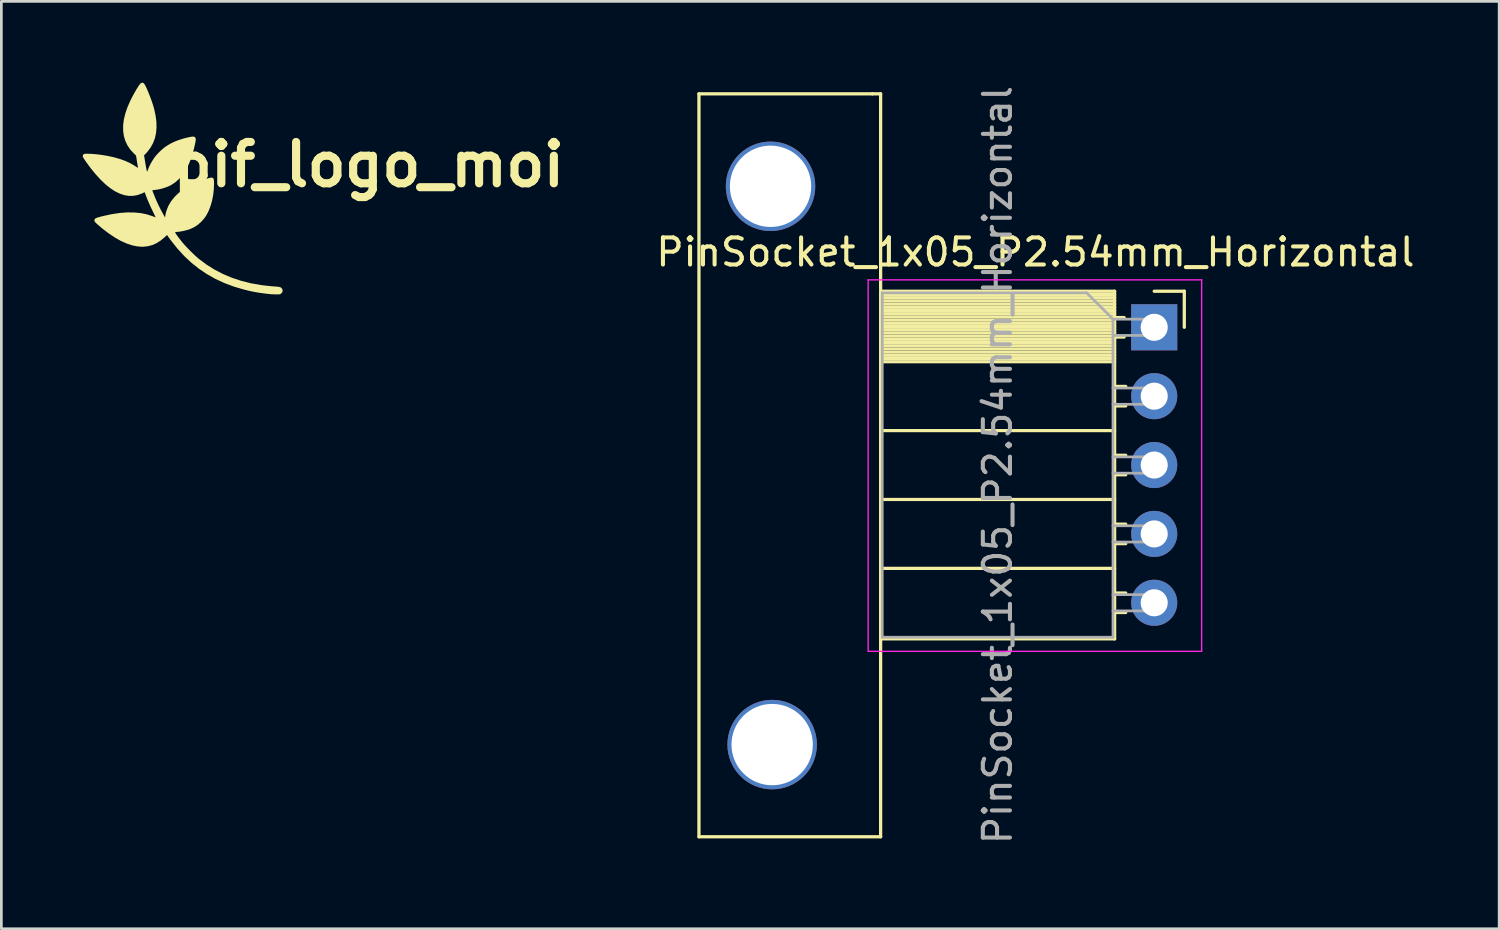
<source format=kicad_pcb>
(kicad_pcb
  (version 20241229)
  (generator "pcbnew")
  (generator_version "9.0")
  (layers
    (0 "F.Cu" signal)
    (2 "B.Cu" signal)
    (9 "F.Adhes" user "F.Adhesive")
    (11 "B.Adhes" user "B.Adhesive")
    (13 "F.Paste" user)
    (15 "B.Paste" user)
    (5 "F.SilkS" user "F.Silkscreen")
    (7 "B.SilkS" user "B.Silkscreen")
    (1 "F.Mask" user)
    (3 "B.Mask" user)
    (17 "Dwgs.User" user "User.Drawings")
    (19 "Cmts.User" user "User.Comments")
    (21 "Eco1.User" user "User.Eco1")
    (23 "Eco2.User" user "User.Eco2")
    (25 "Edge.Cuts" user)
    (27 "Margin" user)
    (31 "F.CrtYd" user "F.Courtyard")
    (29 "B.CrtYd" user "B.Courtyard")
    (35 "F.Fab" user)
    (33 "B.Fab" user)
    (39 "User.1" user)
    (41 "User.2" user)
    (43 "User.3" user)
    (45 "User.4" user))
  (footprint "PinSocket_1x05_P2.54mm_Horizontal"
    (layer "F.Cu")
    (at 39.518 9.021)
    (property "Reference" "PinSocket_1x05_P2.54mm_Horizontal" (at -4.38 -2.77 0) (layer "F.SilkS") (effects (font (size 1 1) (thickness 0.15))))
    (attr through_hole)
    (fp_line (start -16.79 -8.61) (end -10.39 -8.61) (stroke (width 0.12) (type solid)) (layer "F.SilkS"))
    (fp_line (start -16.79 18.79) (end -16.79 -8.61) (stroke (width 0.12) (type solid)) (layer "F.SilkS"))
    (fp_line (start -10.39 -8.61) (end -10.09 -8.61) (stroke (width 0.12) (type solid)) (layer "F.SilkS"))
    (fp_line (start -10.09 -8.61) (end -10.09 -1.41) (stroke (width 0.12) (type solid)) (layer "F.SilkS"))
    (fp_line (start -10.09 -1.33) (end -10.09 11.49) (stroke (width 0.12) (type solid)) (layer "F.SilkS"))
    (fp_line (start -10.09 -1.33) (end -1.46 -1.33) (stroke (width 0.12) (type solid)) (layer "F.SilkS"))
    (fp_line (start -10.09 -1.21) (end -1.46 -1.21) (stroke (width 0.12) (type solid)) (layer "F.SilkS"))
    (fp_line (start -10.09 -1.092) (end -1.46 -1.092) (stroke (width 0.12) (type solid)) (layer "F.SilkS"))
    (fp_line (start -10.09 -0.974) (end -1.46 -0.974) (stroke (width 0.12) (type solid)) (layer "F.SilkS"))
    (fp_line (start -10.09 -0.856) (end -1.46 -0.856) (stroke (width 0.12) (type solid)) (layer "F.SilkS"))
    (fp_line (start -10.09 -0.738) (end -1.46 -0.738) (stroke (width 0.12) (type solid)) (layer "F.SilkS"))
    (fp_line (start -10.09 -0.62) (end -1.46 -0.62) (stroke (width 0.12) (type solid)) (layer "F.SilkS"))
    (fp_line (start -10.09 -0.501) (end -1.46 -0.501) (stroke (width 0.12) (type solid)) (layer "F.SilkS"))
    (fp_line (start -10.09 -0.383) (end -1.46 -0.383) (stroke (width 0.12) (type solid)) (layer "F.SilkS"))
    (fp_line (start -10.09 -0.265) (end -1.46 -0.265) (stroke (width 0.12) (type solid)) (layer "F.SilkS"))
    (fp_line (start -10.09 -0.147) (end -1.46 -0.147) (stroke (width 0.12) (type solid)) (layer "F.SilkS"))
    (fp_line (start -10.09 -0.029) (end -1.46 -0.029) (stroke (width 0.12) (type solid)) (layer "F.SilkS"))
    (fp_line (start -10.09 0.089) (end -1.46 0.089) (stroke (width 0.12) (type solid)) (layer "F.SilkS"))
    (fp_line (start -10.09 0.207) (end -1.46 0.207) (stroke (width 0.12) (type solid)) (layer "F.SilkS"))
    (fp_line (start -10.09 0.325) (end -1.46 0.325) (stroke (width 0.12) (type solid)) (layer "F.SilkS"))
    (fp_line (start -10.09 0.443) (end -1.46 0.443) (stroke (width 0.12) (type solid)) (layer "F.SilkS"))
    (fp_line (start -10.09 0.561) (end -1.46 0.561) (stroke (width 0.12) (type solid)) (layer "F.SilkS"))
    (fp_line (start -10.09 0.68) (end -1.46 0.68) (stroke (width 0.12) (type solid)) (layer "F.SilkS"))
    (fp_line (start -10.09 0.798) (end -1.46 0.798) (stroke (width 0.12) (type solid)) (layer "F.SilkS"))
    (fp_line (start -10.09 0.916) (end -1.46 0.916) (stroke (width 0.12) (type solid)) (layer "F.SilkS"))
    (fp_line (start -10.09 1.034) (end -1.46 1.034) (stroke (width 0.12) (type solid)) (layer "F.SilkS"))
    (fp_line (start -10.09 1.152) (end -1.46 1.152) (stroke (width 0.12) (type solid)) (layer "F.SilkS"))
    (fp_line (start -10.09 1.27) (end -1.46 1.27) (stroke (width 0.12) (type solid)) (layer "F.SilkS"))
    (fp_line (start -10.09 3.81) (end -1.46 3.81) (stroke (width 0.12) (type solid)) (layer "F.SilkS"))
    (fp_line (start -10.09 6.35) (end -1.46 6.35) (stroke (width 0.12) (type solid)) (layer "F.SilkS"))
    (fp_line (start -10.09 8.89) (end -1.46 8.89) (stroke (width 0.12) (type solid)) (layer "F.SilkS"))
    (fp_line (start -10.09 11.39) (end -10.09 18.79) (stroke (width 0.12) (type solid)) (layer "F.SilkS"))
    (fp_line (start -10.09 11.49) (end -1.46 11.49) (stroke (width 0.12) (type solid)) (layer "F.SilkS"))
    (fp_line (start -10.09 18.79) (end -16.79 18.79) (stroke (width 0.12) (type solid)) (layer "F.SilkS"))
    (fp_line (start -1.46 -1.33) (end -1.46 11.49) (stroke (width 0.12) (type solid)) (layer "F.SilkS"))
    (fp_line (start -1.46 -0.36) (end -1.11 -0.36) (stroke (width 0.12) (type solid)) (layer "F.SilkS"))
    (fp_line (start -1.46 0.36) (end -1.11 0.36) (stroke (width 0.12) (type solid)) (layer "F.SilkS"))
    (fp_line (start -1.46 2.18) (end -1.05 2.18) (stroke (width 0.12) (type solid)) (layer "F.SilkS"))
    (fp_line (start -1.46 2.9) (end -1.05 2.9) (stroke (width 0.12) (type solid)) (layer "F.SilkS"))
    (fp_line (start -1.46 4.72) (end -1.05 4.72) (stroke (width 0.12) (type solid)) (layer "F.SilkS"))
    (fp_line (start -1.46 5.44) (end -1.05 5.44) (stroke (width 0.12) (type solid)) (layer "F.SilkS"))
    (fp_line (start -1.46 7.26) (end -1.05 7.26) (stroke (width 0.12) (type solid)) (layer "F.SilkS"))
    (fp_line (start -1.46 7.98) (end -1.05 7.98) (stroke (width 0.12) (type solid)) (layer "F.SilkS"))
    (fp_line (start -1.46 9.8) (end -1.05 9.8) (stroke (width 0.12) (type solid)) (layer "F.SilkS"))
    (fp_line (start -1.46 10.52) (end -1.05 10.52) (stroke (width 0.12) (type solid)) (layer "F.SilkS"))
    (fp_line (start 0 -1.33) (end 1.11 -1.33) (stroke (width 0.12) (type solid)) (layer "F.SilkS"))
    (fp_line (start 1.11 -1.33) (end 1.11 0) (stroke (width 0.12) (type solid)) (layer "F.SilkS"))
    (fp_line (start -10.55 -1.75) (end -10.55 11.95) (stroke (width 0.05) (type solid)) (layer "F.CrtYd"))
    (fp_line (start -10.55 11.95) (end 1.75 11.95) (stroke (width 0.05) (type solid)) (layer "F.CrtYd"))
    (fp_line (start 1.75 -1.75) (end -10.55 -1.75) (stroke (width 0.05) (type solid)) (layer "F.CrtYd"))
    (fp_line (start 1.75 11.95) (end 1.75 -1.75) (stroke (width 0.05) (type solid)) (layer "F.CrtYd"))
    (fp_line (start -10.03 -1.27) (end -2.49 -1.27) (stroke (width 0.1) (type solid)) (layer "F.Fab"))
    (fp_line (start -10.03 11.43) (end -10.03 -1.27) (stroke (width 0.1) (type solid)) (layer "F.Fab"))
    (fp_line (start -2.49 -1.27) (end -1.52 -0.3) (stroke (width 0.1) (type solid)) (layer "F.Fab"))
    (fp_line (start -1.52 -0.3) (end -1.52 11.43) (stroke (width 0.1) (type solid)) (layer "F.Fab"))
    (fp_line (start -1.52 0.3) (end 0 0.3) (stroke (width 0.1) (type solid)) (layer "F.Fab"))
    (fp_line (start -1.52 2.84) (end 0 2.84) (stroke (width 0.1) (type solid)) (layer "F.Fab"))
    (fp_line (start -1.52 5.38) (end 0 5.38) (stroke (width 0.1) (type solid)) (layer "F.Fab"))
    (fp_line (start -1.52 7.92) (end 0 7.92) (stroke (width 0.1) (type solid)) (layer "F.Fab"))
    (fp_line (start -1.52 10.46) (end 0 10.46) (stroke (width 0.1) (type solid)) (layer "F.Fab"))
    (fp_line (start -1.52 11.43) (end -10.03 11.43) (stroke (width 0.1) (type solid)) (layer "F.Fab"))
    (fp_line (start 0 -0.3) (end -1.52 -0.3) (stroke (width 0.1) (type solid)) (layer "F.Fab"))
    (fp_line (start 0 0.3) (end 0 -0.3) (stroke (width 0.1) (type solid)) (layer "F.Fab"))
    (fp_line (start 0 2.24) (end -1.52 2.24) (stroke (width 0.1) (type solid)) (layer "F.Fab"))
    (fp_line (start 0 2.84) (end 0 2.24) (stroke (width 0.1) (type solid)) (layer "F.Fab"))
    (fp_line (start 0 4.78) (end -1.52 4.78) (stroke (width 0.1) (type solid)) (layer "F.Fab"))
    (fp_line (start 0 5.38) (end 0 4.78) (stroke (width 0.1) (type solid)) (layer "F.Fab"))
    (fp_line (start 0 7.32) (end -1.52 7.32) (stroke (width 0.1) (type solid)) (layer "F.Fab"))
    (fp_line (start 0 7.92) (end 0 7.32) (stroke (width 0.1) (type solid)) (layer "F.Fab"))
    (fp_line (start 0 9.86) (end -1.52 9.86) (stroke (width 0.1) (type solid)) (layer "F.Fab"))
    (fp_line (start 0 10.46) (end 0 9.86) (stroke (width 0.1) (type solid)) (layer "F.Fab"))
    (fp_text user "${REFERENCE}" (at -5.775 5.08 270) (layer "F.Fab") (effects (font (size 1 1) (thickness 0.15))))
    (pad "1" thru_hole rect (at 0 0) (size 1.7 1.7) (drill 1) (layers "*.Cu" "*.Mask"))
    (pad "2" thru_hole oval (at 0 2.54) (size 1.7 1.7) (drill 1) (layers "*.Cu" "*.Mask"))
    (pad "3" thru_hole oval (at 0 5.08) (size 1.7 1.7) (drill 1) (layers "*.Cu" "*.Mask"))
    (pad "4" thru_hole oval (at 0 7.62) (size 1.7 1.7) (drill 1) (layers "*.Cu" "*.Mask"))
    (pad "5" thru_hole oval (at 0 10.16) (size 1.7 1.7) (drill 1) (layers "*.Cu" "*.Mask"))
    (pad "6" thru_hole circle (at -14.15 -5.2) (size 3.3 3.3) (drill 3) (layers "*.Cu" "*.Mask"))
    (pad "7" thru_hole circle (at -14.09 15.39) (size 3.3 3.3) (drill 3) (layers "*.Cu" "*.Mask")))
  (footprint "pif_logo_moi"
    (layer "F.Cu")
    (at 3.575 4.22)
    (property "Reference" "pif_logo_moi" (at 6.98 -1.2 0) (layer "F.SilkS") (effects (font (size 1.524 1.524) (thickness 0.3))))
    (attr through_hole)
    (fp_poly (pts (xy -1.32 -4.196) (xy -1.319 -4.194) (xy -1.294 -4.162) (xy -1.262 -4.106) (xy -1.225 -4.031) (xy -1.185 -3.94) (xy -1.142 -3.838) (xy -1.098 -3.728) (xy -1.056 -3.614) (xy -1.016 -3.502) (xy -0.981 -3.394) (xy -0.951 -3.294) (xy -0.944 -3.268) (xy -0.889 -3.02) (xy -0.858 -2.786) (xy -0.852 -2.568) (xy -0.87 -2.363) (xy -0.912 -2.171) (xy -0.98 -1.992) (xy -1.072 -1.826) (xy -1.189 -1.671) (xy -1.245 -1.61) (xy -1.312 -1.54) (xy -1.275 -1.314) (xy -1.261 -1.229) (xy -1.247 -1.148) (xy -1.233 -1.077) (xy -1.223 -1.025) (xy -1.219 -1.009) (xy -1.201 -0.93) (xy -1.179 -0.982) (xy -1.161 -1.025) (xy -1.147 -1.064) (xy -1.146 -1.068) (xy -1.127 -1.116) (xy -1.095 -1.182) (xy -1.056 -1.256) (xy -1.011 -1.333) (xy -0.966 -1.406) (xy -0.924 -1.466) (xy -0.922 -1.469) (xy -0.846 -1.562) (xy -0.755 -1.658) (xy -0.656 -1.751) (xy -0.558 -1.833) (xy -0.493 -1.879) (xy -0.349 -1.967) (xy -0.197 -2.042) (xy -0.033 -2.106) (xy 0.15 -2.163) (xy 0.259 -2.191) (xy 0.358 -2.213) (xy 0.434 -2.227) (xy 0.489 -2.233) (xy 0.529 -2.23) (xy 0.555 -2.219) (xy 0.565 -2.209) (xy 0.582 -2.186) (xy 0.592 -2.161) (xy 0.595 -2.129) (xy 0.591 -2.084) (xy 0.58 -2.02) (xy 0.568 -1.958) (xy 0.502 -1.679) (xy 0.423 -1.426) (xy 0.331 -1.198) (xy 0.225 -0.995) (xy 0.106 -0.818) (xy -0.027 -0.665) (xy -0.174 -0.537) (xy -0.321 -0.441) (xy -0.419 -0.394) (xy -0.536 -0.35) (xy -0.66 -0.312) (xy -0.783 -0.284) (xy -0.858 -0.272) (xy -0.919 -0.265) (xy -0.968 -0.258) (xy -0.999 -0.254) (xy -1.006 -0.252) (xy -1.004 -0.238) (xy -0.996 -0.214) (xy -0.985 -0.189) (xy -0.967 -0.142) (xy -0.942 -0.081) (xy -0.915 -0.012) (xy -0.91 0.002) (xy -0.848 0.149) (xy -0.774 0.308) (xy -0.694 0.469) (xy -0.612 0.621) (xy -0.602 0.639) (xy -0.537 0.751) (xy -0.528 0.678) (xy -0.507 0.574) (xy -0.471 0.46) (xy -0.425 0.347) (xy -0.408 0.31) (xy -0.309 0.144) (xy -0.183 -0.012) (xy -0.032 -0.157) (xy 0.146 -0.291) (xy 0.349 -0.414) (xy 0.577 -0.525) (xy 0.83 -0.624) (xy 0.943 -0.662) (xy 1.045 -0.693) (xy 1.123 -0.713) (xy 1.181 -0.72) (xy 1.221 -0.713) (xy 1.246 -0.689) (xy 1.261 -0.646) (xy 1.267 -0.585) (xy 1.269 -0.501) (xy 1.269 -0.493) (xy 1.26 -0.275) (xy 1.234 -0.061) (xy 1.193 0.145) (xy 1.136 0.338) (xy 1.067 0.516) (xy 0.984 0.673) (xy 0.918 0.772) (xy 0.804 0.903) (xy 0.673 1.018) (xy 0.531 1.111) (xy 0.382 1.181) (xy 0.34 1.195) (xy 0.253 1.22) (xy 0.159 1.243) (xy 0.065 1.262) (xy -0.02 1.276) (xy -0.089 1.283) (xy -0.104 1.283) (xy -0.141 1.286) (xy -0.163 1.294) (xy -0.165 1.296) (xy -0.16 1.314) (xy -0.139 1.35) (xy -0.103 1.403) (xy -0.055 1.47) (xy 0.004 1.546) (xy 0.071 1.631) (xy 0.116 1.687) (xy 0.19 1.771) (xy 0.279 1.867) (xy 0.378 1.969) (xy 0.481 2.07) (xy 0.581 2.165) (xy 0.673 2.247) (xy 0.721 2.286) (xy 0.997 2.492) (xy 1.29 2.675) (xy 1.6 2.836) (xy 1.926 2.973) (xy 2.266 3.086) (xy 2.619 3.176) (xy 2.984 3.24) (xy 3.056 3.25) (xy 3.158 3.262) (xy 3.264 3.274) (xy 3.366 3.284) (xy 3.455 3.291) (xy 3.51 3.295) (xy 3.603 3.302) (xy 3.671 3.312) (xy 3.719 3.326) (xy 3.753 3.347) (xy 3.775 3.375) (xy 3.785 3.396) (xy 3.799 3.456) (xy 3.785 3.508) (xy 3.745 3.553) (xy 3.724 3.57) (xy 3.702 3.58) (xy 3.672 3.586) (xy 3.629 3.588) (xy 3.563 3.587) (xy 3.556 3.587) (xy 3.488 3.586) (xy 3.425 3.583) (xy 3.376 3.581) (xy 3.359 3.58) (xy 3.164 3.558) (xy 2.99 3.535) (xy 2.83 3.51) (xy 2.674 3.48) (xy 2.516 3.445) (xy 2.365 3.407) (xy 2 3.3) (xy 1.652 3.17) (xy 1.322 3.017) (xy 1.009 2.841) (xy 0.713 2.642) (xy 0.433 2.419) (xy 0.169 2.172) (xy -0.08 1.901) (xy -0.315 1.605) (xy -0.364 1.539) (xy -0.464 1.398) (xy -0.551 1.478) (xy -0.701 1.603) (xy -0.854 1.7) (xy -1.011 1.769) (xy -1.173 1.812) (xy -1.344 1.83) (xy -1.379 1.831) (xy -1.566 1.817) (xy -1.761 1.776) (xy -1.964 1.707) (xy -2.174 1.611) (xy -2.392 1.488) (xy -2.617 1.337) (xy -2.849 1.16) (xy -3.009 1.024) (xy -3.069 0.97) (xy -3.11 0.93) (xy -3.133 0.9) (xy -3.142 0.877) (xy -3.143 0.871) (xy -3.141 0.841) (xy -3.133 0.817) (xy -3.117 0.796) (xy -3.088 0.777) (xy -3.043 0.759) (xy -2.98 0.739) (xy -2.894 0.716) (xy -2.804 0.693) (xy -2.502 0.628) (xy -2.214 0.585) (xy -1.94 0.564) (xy -1.681 0.566) (xy -1.437 0.589) (xy -1.21 0.635) (xy -1.001 0.703) (xy -0.988 0.708) (xy -0.94 0.727) (xy -0.904 0.741) (xy -0.886 0.746) (xy -0.885 0.746) (xy -0.891 0.732) (xy -0.907 0.697) (xy -0.932 0.644) (xy -0.964 0.577) (xy -1.002 0.5) (xy -1.007 0.489) (xy -1.054 0.392) (xy -1.102 0.285) (xy -1.149 0.179) (xy -1.189 0.082) (xy -1.211 0.027) (xy -1.29 -0.182) (xy -1.393 -0.134) (xy -1.551 -0.076) (xy -1.712 -0.047) (xy -1.875 -0.046) (xy -2.041 -0.073) (xy -2.21 -0.13) (xy -2.382 -0.214) (xy -2.556 -0.328) (xy -2.733 -0.47) (xy -2.912 -0.641) (xy -3.095 -0.84) (xy -3.28 -1.068) (xy -3.424 -1.262) (xy -3.473 -1.331) (xy -3.515 -1.395) (xy -3.548 -1.448) (xy -3.569 -1.487) (xy -3.575 -1.504) (xy -3.567 -1.541) (xy -3.553 -1.568) (xy -3.539 -1.583) (xy -3.521 -1.593) (xy -3.491 -1.598) (xy -3.444 -1.6) (xy -3.401 -1.6) (xy -3.24 -1.595) (xy -3.061 -1.58) (xy -2.871 -1.556) (xy -2.68 -1.524) (xy -2.496 -1.486) (xy -2.4 -1.463) (xy -2.194 -1.404) (xy -2.011 -1.338) (xy -1.846 -1.264) (xy -1.694 -1.178) (xy -1.631 -1.137) (xy -1.585 -1.108) (xy -1.551 -1.089) (xy -1.534 -1.084) (xy -1.533 -1.087) (xy -1.538 -1.109) (xy -1.546 -1.153) (xy -1.557 -1.215) (xy -1.569 -1.288) (xy -1.574 -1.321) (xy -1.607 -1.532) (xy -1.691 -1.613) (xy -1.822 -1.756) (xy -1.926 -1.911) (xy -2.005 -2.078) (xy -2.057 -2.256) (xy -2.083 -2.446) (xy -2.084 -2.646) (xy -2.058 -2.857) (xy -2.005 -3.078) (xy -1.927 -3.308) (xy -1.822 -3.548) (xy -1.799 -3.597) (xy -1.73 -3.731) (xy -1.656 -3.864) (xy -1.583 -3.99) (xy -1.514 -4.099) (xy -1.497 -4.125) (xy -1.449 -4.185) (xy -1.404 -4.216) (xy -1.361 -4.22)) (stroke (width 0) (type solid)) (fill yes) (layer "F.SilkS")))
  (gr_rect
    (start -3 -3)
    (end 52.24 31.202)
    (stroke (width 0.1) (type default))
    (fill no)
    (layer "Edge.Cuts")))
</source>
